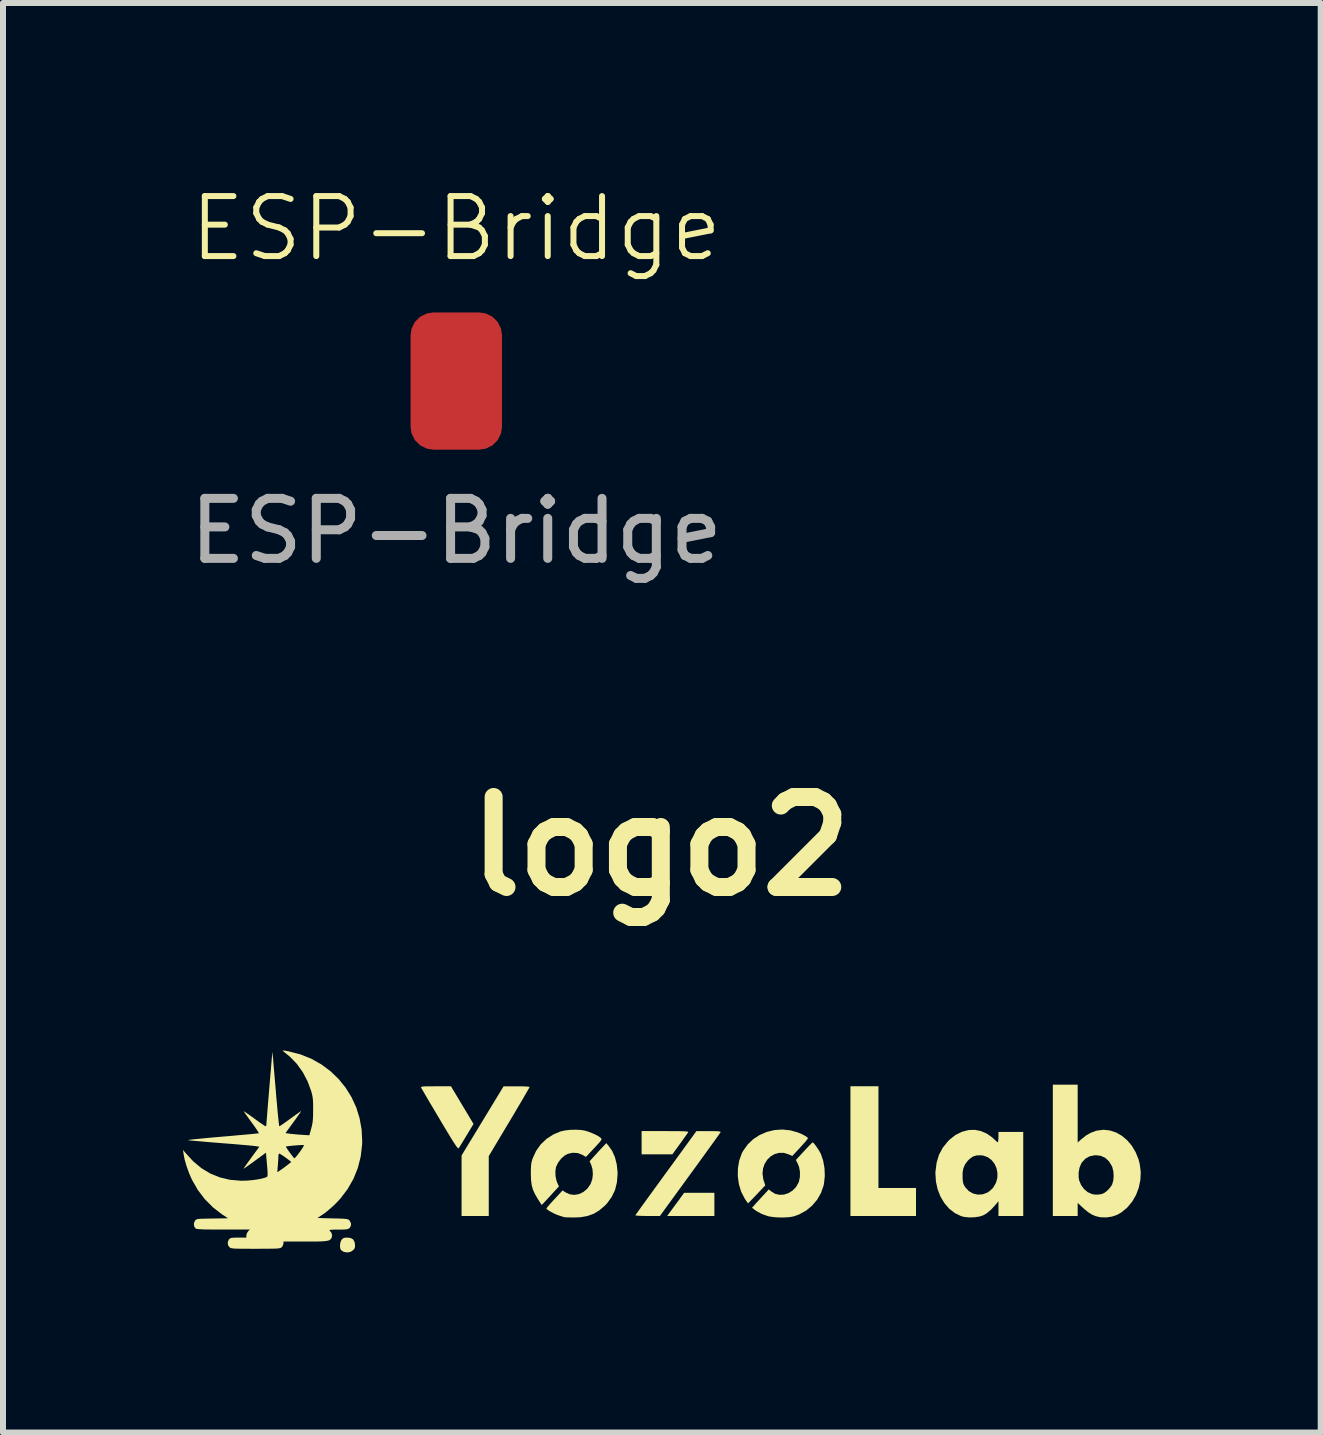
<source format=kicad_pcb>
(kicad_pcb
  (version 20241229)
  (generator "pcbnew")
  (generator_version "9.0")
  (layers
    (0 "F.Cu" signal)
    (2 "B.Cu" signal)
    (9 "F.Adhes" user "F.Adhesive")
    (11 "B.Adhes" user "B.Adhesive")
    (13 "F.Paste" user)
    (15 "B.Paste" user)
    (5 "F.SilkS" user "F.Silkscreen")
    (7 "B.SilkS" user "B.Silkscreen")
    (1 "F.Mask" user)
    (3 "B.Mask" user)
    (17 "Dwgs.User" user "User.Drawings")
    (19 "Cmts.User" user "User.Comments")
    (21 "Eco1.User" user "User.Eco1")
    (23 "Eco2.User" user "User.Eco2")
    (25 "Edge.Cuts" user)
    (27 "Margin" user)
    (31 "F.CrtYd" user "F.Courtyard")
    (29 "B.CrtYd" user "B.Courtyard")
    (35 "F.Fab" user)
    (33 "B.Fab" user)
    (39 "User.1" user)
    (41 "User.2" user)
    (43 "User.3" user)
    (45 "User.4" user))
  (footprint "ESP-Bridge"
    (layer "F.Cu")
    (at 4.554 3.3)
    (property "Reference" "ESP-Bridge" (at 0 -2.54 0) (unlocked yes) (layer "F.SilkS") (effects (font (size 1 1) (thickness 0.1))))
    (attr smd)
    (fp_text user "${REFERENCE}" (at 0 2.5 0) (unlocked yes) (layer "F.Fab") (effects (font (size 1 1) (thickness 0.15))))
    (pad "1" smd roundrect (at 0 0 90) (size 2.286 1.524) (layers "F.Cu" "F.Mask" "F.Paste") (roundrect_rratio 0.25)))
  (footprint "logo2"
    (layer "F.Cu")
    (at 7.962 16.133)
    (property "Reference" "logo2" (at 0 -5.08 0) (layer "F.SilkS") (effects (font (size 1.5 1.5) (thickness 0.3))))
    (attr board_only exclude_from_pos_files exclude_from_bom)
    (fp_poly (pts (xy 0.893 0.887) (xy 0.893 1.081) (xy 0.499 1.081) (xy 0.106 1.081) (xy 0.177 0.984) (xy 0.221 0.924) (xy 0.271 0.856) (xy 0.316 0.795) (xy 0.319 0.79) (xy 0.389 0.694) (xy 0.641 0.694) (xy 0.893 0.694)) (stroke (width 0) (type solid)) (fill yes) (layer "F.SilkS"))
    (fp_poly (pts (xy 3.627 -0.233) (xy 3.627 0.614) (xy 3.94 0.614) (xy 4.253 0.614) (xy 4.253 0.847) (xy 4.253 1.081) (xy 3.707 1.081) (xy 3.16 1.081) (xy 3.16 0) (xy 3.16 -1.081) (xy 3.393 -1.081) (xy 3.627 -1.081)) (stroke (width 0) (type solid)) (fill yes) (layer "F.SilkS"))
    (fp_poly (pts (xy 0.189 -0.333) (xy 0.279 -0.333) (xy 0.348 -0.332) (xy 0.398 -0.33) (xy 0.431 -0.327) (xy 0.45 -0.324) (xy 0.458 -0.319) (xy 0.457 -0.315) (xy 0.446 -0.299) (xy 0.422 -0.265) (xy 0.388 -0.217) (xy 0.348 -0.161) (xy 0.32 -0.122) (xy 0.193 0.053) (xy -0.063 0.053) (xy -0.32 0.053) (xy -0.32 -0.14) (xy -0.32 -0.334) (xy 0.074 -0.334)) (stroke (width 0) (type solid)) (fill yes) (layer "F.SilkS"))
    (fp_poly (pts (xy -5.167 1.448) (xy -5.127 1.471) (xy -5.104 1.512) (xy -5.097 1.549) (xy -5.095 1.592) (xy -5.104 1.622) (xy -5.122 1.646) (xy -5.166 1.677) (xy -5.221 1.689) (xy -5.279 1.68) (xy -5.288 1.676) (xy -5.319 1.657) (xy -5.338 1.636) (xy -5.338 1.635) (xy -5.347 1.585) (xy -5.342 1.53) (xy -5.324 1.484) (xy -5.319 1.476) (xy -5.296 1.454) (xy -5.268 1.443) (xy -5.227 1.441)) (stroke (width 0) (type solid)) (fill yes) (layer "F.SilkS"))
    (fp_poly (pts (xy -2.328 -1.08) (xy -2.264 -1.078) (xy -2.218 -1.075) (xy -2.191 -1.071) (xy -2.187 -1.068) (xy -2.193 -1.055) (xy -2.212 -1.021) (xy -2.243 -0.968) (xy -2.283 -0.899) (xy -2.331 -0.816) (xy -2.387 -0.722) (xy -2.448 -0.618) (xy -2.514 -0.507) (xy -2.527 -0.486) (xy -2.867 0.083) (xy -2.867 0.582) (xy -2.867 1.081) (xy -3.093 1.081) (xy -3.32 1.081) (xy -3.32 0.576) (xy -3.32 0.072) (xy -2.97 -0.504) (xy -2.62 -1.08) (xy -2.403 -1.08)) (stroke (width 0) (type solid)) (fill yes) (layer "F.SilkS"))
    (fp_poly (pts (xy -3.309 -0.767) (xy -3.121 -0.453) (xy -3.236 -0.263) (xy -3.275 -0.198) (xy -3.311 -0.139) (xy -3.34 -0.092) (xy -3.36 -0.06) (xy -3.367 -0.05) (xy -3.372 -0.046) (xy -3.38 -0.049) (xy -3.392 -0.062) (xy -3.41 -0.084) (xy -3.433 -0.119) (xy -3.465 -0.168) (xy -3.505 -0.232) (xy -3.555 -0.315) (xy -3.616 -0.416) (xy -3.685 -0.532) (xy -3.748 -0.638) (xy -3.807 -0.738) (xy -3.861 -0.828) (xy -3.907 -0.907) (xy -3.945 -0.973) (xy -3.973 -1.021) (xy -3.99 -1.051) (xy -3.995 -1.06) (xy -3.995 -1.067) (xy -3.987 -1.072) (xy -3.968 -1.076) (xy -3.934 -1.079) (xy -3.882 -1.08) (xy -3.809 -1.08) (xy -3.75 -1.081) (xy -3.497 -1.081)) (stroke (width 0) (type solid)) (fill yes) (layer "F.SilkS"))
    (fp_poly (pts (xy 0.878 -0.333) (xy 0.935 -0.332) (xy 0.971 -0.329) (xy 0.991 -0.324) (xy 0.997 -0.318) (xy 0.996 -0.316) (xy 0.987 -0.302) (xy 0.964 -0.269) (xy 0.928 -0.218) (xy 0.88 -0.151) (xy 0.821 -0.07) (xy 0.754 0.023) (xy 0.679 0.127) (xy 0.598 0.239) (xy 0.511 0.358) (xy 0.487 0.391) (xy -0.015 1.081) (xy -0.222 1.081) (xy -0.292 1.08) (xy -0.352 1.078) (xy -0.396 1.075) (xy -0.421 1.072) (xy -0.424 1.07) (xy -0.416 1.058) (xy -0.393 1.025) (xy -0.357 0.975) (xy -0.31 0.909) (xy -0.252 0.829) (xy -0.185 0.736) (xy -0.11 0.633) (xy -0.028 0.521) (xy 0.058 0.402) (xy 0.087 0.363) (xy 0.593 -0.333) (xy 0.798 -0.333)) (stroke (width 0) (type solid)) (fill yes) (layer "F.SilkS"))
    (fp_poly (pts (xy 2.156 -0.347) (xy 2.285 -0.311) (xy 2.34 -0.288) (xy 2.383 -0.266) (xy 2.419 -0.246) (xy 2.432 -0.237) (xy 2.449 -0.222) (xy 2.449 -0.208) (xy 2.433 -0.185) (xy 2.432 -0.184) (xy 2.413 -0.161) (xy 2.38 -0.124) (xy 2.339 -0.079) (xy 2.299 -0.035) (xy 2.191 0.081) (xy 2.132 0.054) (xy 2.05 0.029) (xy 1.971 0.029) (xy 1.897 0.049) (xy 1.83 0.088) (xy 1.774 0.143) (xy 1.731 0.211) (xy 1.704 0.288) (xy 1.695 0.374) (xy 1.707 0.464) (xy 1.716 0.495) (xy 1.741 0.57) (xy 1.601 0.719) (xy 1.552 0.771) (xy 1.509 0.814) (xy 1.477 0.847) (xy 1.457 0.865) (xy 1.453 0.868) (xy 1.443 0.857) (xy 1.424 0.829) (xy 1.398 0.791) (xy 1.398 0.79) (xy 1.339 0.676) (xy 1.301 0.55) (xy 1.283 0.418) (xy 1.285 0.285) (xy 1.307 0.156) (xy 1.35 0.037) (xy 1.372 -0.004) (xy 1.447 -0.11) (xy 1.54 -0.199) (xy 1.648 -0.269) (xy 1.766 -0.32) (xy 1.893 -0.351) (xy 2.024 -0.36)) (stroke (width 0) (type solid)) (fill yes) (layer "F.SilkS"))
    (fp_poly (pts (xy 2.545 -0.136) (xy 2.568 -0.109) (xy 2.596 -0.07) (xy 2.625 -0.028) (xy 2.65 0.014) (xy 2.668 0.048) (xy 2.706 0.16) (xy 2.728 0.285) (xy 2.733 0.415) (xy 2.719 0.541) (xy 2.713 0.572) (xy 2.67 0.696) (xy 2.605 0.81) (xy 2.521 0.909) (xy 2.42 0.992) (xy 2.305 1.055) (xy 2.212 1.088) (xy 2.145 1.1) (xy 2.062 1.105) (xy 1.972 1.106) (xy 1.885 1.1) (xy 1.809 1.089) (xy 1.78 1.082) (xy 1.683 1.047) (xy 1.601 1.003) (xy 1.563 0.977) (xy 1.52 0.944) (xy 1.569 0.889) (xy 1.6 0.854) (xy 1.643 0.808) (xy 1.689 0.757) (xy 1.709 0.736) (xy 1.8 0.638) (xy 1.841 0.672) (xy 1.906 0.712) (xy 1.979 0.728) (xy 2.054 0.724) (xy 2.128 0.7) (xy 2.195 0.658) (xy 2.253 0.599) (xy 2.295 0.525) (xy 2.302 0.508) (xy 2.318 0.431) (xy 2.319 0.345) (xy 2.304 0.263) (xy 2.285 0.216) (xy 2.251 0.147) (xy 2.387 -0.000025) (xy 2.435 -0.051) (xy 2.477 -0.095) (xy 2.509 -0.127) (xy 2.528 -0.144) (xy 2.532 -0.147)) (stroke (width 0) (type solid)) (fill yes) (layer "F.SilkS"))
    (fp_poly (pts (xy -0.87 -0.088) (xy -0.81 -0.002) (xy -0.764 0.102) (xy -0.734 0.221) (xy -0.721 0.347) (xy -0.72 0.378) (xy -0.731 0.52) (xy -0.763 0.649) (xy -0.819 0.765) (xy -0.897 0.872) (xy -0.932 0.908) (xy -1.023 0.986) (xy -1.118 1.044) (xy -1.222 1.081) (xy -1.34 1.102) (xy -1.453 1.106) (xy -1.513 1.105) (xy -1.562 1.104) (xy -1.596 1.102) (xy -1.607 1.101) (xy -1.626 1.095) (xy -1.662 1.084) (xy -1.693 1.074) (xy -1.738 1.058) (xy -1.788 1.035) (xy -1.835 1.01) (xy -1.875 0.986) (xy -1.9 0.966) (xy -1.907 0.957) (xy -1.898 0.943) (xy -1.874 0.914) (xy -1.839 0.873) (xy -1.794 0.824) (xy -1.772 0.8) (xy -1.637 0.655) (xy -1.589 0.687) (xy -1.516 0.72) (xy -1.439 0.729) (xy -1.363 0.716) (xy -1.29 0.681) (xy -1.226 0.627) (xy -1.174 0.554) (xy -1.171 0.549) (xy -1.142 0.469) (xy -1.132 0.381) (xy -1.14 0.293) (xy -1.16 0.228) (xy -1.187 0.17) (xy -1.138 0.115) (xy -1.106 0.08) (xy -1.064 0.034) (xy -1.018 -0.017) (xy -0.999 -0.037) (xy -0.909 -0.133)) (stroke (width 0) (type solid)) (fill yes) (layer "F.SilkS"))
    (fp_poly (pts (xy -1.324 -0.352) (xy -1.267 -0.342) (xy -1.204 -0.323) (xy -1.138 -0.297) (xy -1.077 -0.269) (xy -1.028 -0.241) (xy -0.997 -0.217) (xy -0.997 -0.217) (xy -0.989 -0.207) (xy -0.989 -0.195) (xy -0.997 -0.178) (xy -1.016 -0.153) (xy -1.049 -0.116) (xy -1.097 -0.063) (xy -1.111 -0.049) (xy -1.247 0.096) (xy -1.311 0.06) (xy -1.385 0.032) (xy -1.466 0.027) (xy -1.545 0.044) (xy -1.599 0.071) (xy -1.66 0.124) (xy -1.711 0.19) (xy -1.745 0.262) (xy -1.748 0.272) (xy -1.757 0.34) (xy -1.754 0.417) (xy -1.739 0.491) (xy -1.723 0.534) (xy -1.697 0.587) (xy -1.81 0.71) (xy -1.856 0.761) (xy -1.899 0.807) (xy -1.933 0.844) (xy -1.954 0.866) (xy -1.985 0.898) (xy -2.045 0.805) (xy -2.094 0.722) (xy -2.129 0.647) (xy -2.151 0.57) (xy -2.162 0.485) (xy -2.166 0.382) (xy -2.166 0.374) (xy -2.165 0.296) (xy -2.162 0.239) (xy -2.156 0.192) (xy -2.145 0.151) (xy -2.135 0.12) (xy -2.078 -0.004) (xy -2 -0.114) (xy -1.902 -0.206) (xy -1.788 -0.279) (xy -1.671 -0.328) (xy -1.595 -0.345) (xy -1.505 -0.355) (xy -1.412 -0.357)) (stroke (width 0) (type solid)) (fill yes) (layer "F.SilkS"))
    (fp_poly (pts (xy 6.947 -0.626) (xy 6.947 -0.144) (xy 7.01 -0.2) (xy 7.089 -0.263) (xy 7.166 -0.306) (xy 7.25 -0.337) (xy 7.273 -0.343) (xy 7.38 -0.356) (xy 7.486 -0.344) (xy 7.588 -0.31) (xy 7.684 -0.255) (xy 7.772 -0.181) (xy 7.849 -0.09) (xy 7.913 0.017) (xy 7.961 0.136) (xy 7.981 0.214) (xy 7.998 0.347) (xy 7.992 0.48) (xy 7.965 0.609) (xy 7.919 0.731) (xy 7.855 0.842) (xy 7.774 0.939) (xy 7.68 1.018) (xy 7.604 1.062) (xy 7.518 1.091) (xy 7.423 1.105) (xy 7.327 1.102) (xy 7.244 1.083) (xy 7.188 1.059) (xy 7.132 1.025) (xy 7.07 0.976) (xy 7.01 0.922) (xy 6.947 0.863) (xy 6.947 0.972) (xy 6.947 1.081) (xy 6.74 1.081) (xy 6.533 1.081) (xy 6.533 0.438) (xy 6.963 0.438) (xy 6.972 0.488) (xy 7.004 0.565) (xy 7.053 0.632) (xy 7.115 0.684) (xy 7.184 0.715) (xy 7.201 0.719) (xy 7.243 0.725) (xy 7.28 0.725) (xy 7.324 0.719) (xy 7.354 0.713) (xy 7.391 0.696) (xy 7.435 0.663) (xy 7.477 0.62) (xy 7.511 0.574) (xy 7.522 0.554) (xy 7.54 0.49) (xy 7.547 0.414) (xy 7.541 0.335) (xy 7.524 0.266) (xy 7.519 0.253) (xy 7.47 0.172) (xy 7.409 0.114) (xy 7.335 0.079) (xy 7.25 0.068) (xy 7.233 0.069) (xy 7.147 0.086) (xy 7.077 0.124) (xy 7.02 0.185) (xy 7.006 0.207) (xy 6.978 0.275) (xy 6.963 0.356) (xy 6.963 0.438) (xy 6.533 0.438) (xy 6.533 -0.013) (xy 6.533 -1.107) (xy 6.74 -1.107) (xy 6.947 -1.107)) (stroke (width 0) (type solid)) (fill yes) (layer "F.SilkS"))
    (fp_poly (pts (xy 5.333 -0.335) (xy 5.433 -0.292) (xy 5.524 -0.228) (xy 5.559 -0.194) (xy 5.588 -0.167) (xy 5.61 -0.15) (xy 5.616 -0.147) (xy 5.621 -0.159) (xy 5.625 -0.191) (xy 5.627 -0.233) (xy 5.627 -0.32) (xy 5.833 -0.32) (xy 6.04 -0.32) (xy 6.04 0.38) (xy 6.04 1.081) (xy 5.833 1.081) (xy 5.627 1.081) (xy 5.627 0.957) (xy 5.627 0.834) (xy 5.584 0.887) (xy 5.506 0.973) (xy 5.428 1.038) (xy 5.375 1.069) (xy 5.311 1.09) (xy 5.231 1.102) (xy 5.145 1.105) (xy 5.064 1.098) (xy 5.004 1.083) (xy 4.899 1.032) (xy 4.806 0.959) (xy 4.726 0.867) (xy 4.662 0.76) (xy 4.614 0.639) (xy 4.585 0.509) (xy 4.581 0.445) (xy 5.029 0.445) (xy 5.033 0.502) (xy 5.042 0.543) (xy 5.057 0.576) (xy 5.074 0.602) (xy 5.133 0.666) (xy 5.205 0.707) (xy 5.284 0.725) (xy 5.367 0.719) (xy 5.446 0.689) (xy 5.486 0.66) (xy 5.527 0.622) (xy 5.542 0.603) (xy 5.586 0.527) (xy 5.608 0.446) (xy 5.61 0.364) (xy 5.594 0.284) (xy 5.562 0.212) (xy 5.513 0.15) (xy 5.451 0.103) (xy 5.377 0.075) (xy 5.342 0.07) (xy 5.265 0.071) (xy 5.202 0.09) (xy 5.145 0.131) (xy 5.116 0.16) (xy 5.07 0.221) (xy 5.042 0.286) (xy 5.029 0.361) (xy 5.029 0.445) (xy 4.581 0.445) (xy 4.576 0.371) (xy 4.578 0.334) (xy 4.597 0.189) (xy 4.636 0.06) (xy 4.699 -0.057) (xy 4.784 -0.163) (xy 4.812 -0.191) (xy 4.91 -0.269) (xy 5.017 -0.322) (xy 5.128 -0.351) (xy 5.23 -0.355)) (stroke (width 0) (type solid)) (fill yes) (layer "F.SilkS"))
    (fp_poly (pts (xy -6.288 -1.677) (xy -6.254 -1.672) (xy -6.208 -1.664) (xy -6.198 -1.662) (xy -6.005 -1.612) (xy -5.825 -1.54) (xy -5.658 -1.446) (xy -5.507 -1.334) (xy -5.371 -1.204) (xy -5.253 -1.058) (xy -5.154 -0.899) (xy -5.075 -0.728) (xy -5.019 -0.546) (xy -4.985 -0.355) (xy -4.976 -0.158) (xy -4.978 -0.107) (xy -5.001 0.091) (xy -5.049 0.281) (xy -5.122 0.462) (xy -5.219 0.632) (xy -5.339 0.79) (xy -5.418 0.874) (xy -5.475 0.928) (xy -5.535 0.98) (xy -5.591 1.026) (xy -5.631 1.054) (xy -5.722 1.114) (xy -5.466 1.121) (xy -5.378 1.123) (xy -5.312 1.125) (xy -5.265 1.128) (xy -5.233 1.132) (xy -5.213 1.137) (xy -5.199 1.145) (xy -5.189 1.154) (xy -5.185 1.159) (xy -5.163 1.203) (xy -5.165 1.248) (xy -5.187 1.281) (xy -5.201 1.292) (xy -5.219 1.3) (xy -5.248 1.304) (xy -5.291 1.307) (xy -5.354 1.308) (xy -5.377 1.308) (xy -5.445 1.308) (xy -5.49 1.31) (xy -5.515 1.313) (xy -5.523 1.318) (xy -5.518 1.325) (xy -5.517 1.326) (xy -5.488 1.362) (xy -5.477 1.406) (xy -5.485 1.442) (xy -5.495 1.46) (xy -5.509 1.475) (xy -5.528 1.486) (xy -5.556 1.494) (xy -5.596 1.5) (xy -5.651 1.504) (xy -5.723 1.506) (xy -5.816 1.507) (xy -5.927 1.507) (xy -6.287 1.507) (xy -6.289 1.544) (xy -6.301 1.579) (xy -6.32 1.604) (xy -6.331 1.611) (xy -6.345 1.616) (xy -6.366 1.62) (xy -6.397 1.623) (xy -6.441 1.625) (xy -6.501 1.626) (xy -6.58 1.627) (xy -6.681 1.627) (xy -6.753 1.628) (xy -6.868 1.627) (xy -6.96 1.627) (xy -7.031 1.626) (xy -7.084 1.625) (xy -7.122 1.622) (xy -7.149 1.619) (xy -7.167 1.614) (xy -7.18 1.608) (xy -7.187 1.603) (xy -7.212 1.568) (xy -7.217 1.524) (xy -7.203 1.481) (xy -7.193 1.468) (xy -7.179 1.455) (xy -7.159 1.447) (xy -7.128 1.443) (xy -7.079 1.441) (xy -7.038 1.441) (xy -6.907 1.441) (xy -6.907 1.405) (xy -6.898 1.369) (xy -6.878 1.338) (xy -6.849 1.307) (xy -7.288 1.307) (xy -7.418 1.307) (xy -7.522 1.306) (xy -7.605 1.305) (xy -7.666 1.302) (xy -7.71 1.299) (xy -7.737 1.295) (xy -7.751 1.291) (xy -7.775 1.257) (xy -7.782 1.214) (xy -7.77 1.172) (xy -7.762 1.16) (xy -7.753 1.149) (xy -7.741 1.14) (xy -7.725 1.134) (xy -7.7 1.13) (xy -7.662 1.127) (xy -7.607 1.126) (xy -7.532 1.124) (xy -7.474 1.123) (xy -7.212 1.119) (xy -7.31 1.055) (xy -7.461 0.939) (xy -7.597 0.803) (xy -7.715 0.648) (xy -7.813 0.477) (xy -7.813 0.477) (xy -7.862 0.365) (xy -7.904 0.248) (xy -7.936 0.136) (xy -7.953 0.046) (xy -7.962 -0.02) (xy -7.918 0.033) (xy -7.791 0.171) (xy -7.654 0.285) (xy -7.506 0.374) (xy -7.347 0.438) (xy -7.179 0.478) (xy -6.999 0.493) (xy -6.975 0.493) (xy -6.891 0.491) (xy -6.805 0.483) (xy -6.723 0.472) (xy -6.65 0.458) (xy -6.593 0.442) (xy -6.563 0.429) (xy -6.556 0.42) (xy -6.553 0.401) (xy -6.553 0.368) (xy -6.553 0.35) (xy -6.391 0.35) (xy -6.352 0.326) (xy -6.321 0.305) (xy -6.279 0.275) (xy -6.237 0.243) (xy -6.199 0.214) (xy -6.172 0.192) (xy -6.16 0.181) (xy -6.16 0.181) (xy -6.17 0.17) (xy -6.197 0.149) (xy -6.233 0.122) (xy -6.273 0.093) (xy -6.312 0.067) (xy -6.342 0.048) (xy -6.358 0.04) (xy -6.358 0.04) (xy -6.369 0.052) (xy -6.373 0.08) (xy -6.373 0.083) (xy -6.374 0.117) (xy -6.377 0.168) (xy -6.381 0.226) (xy -6.382 0.238) (xy -6.391 0.35) (xy -6.553 0.35) (xy -6.555 0.317) (xy -6.561 0.244) (xy -6.563 0.222) (xy -6.58 0.026) (xy -6.763 0.16) (xy -6.824 0.204) (xy -6.877 0.242) (xy -6.918 0.271) (xy -6.945 0.289) (xy -6.953 0.293) (xy -6.947 0.283) (xy -6.929 0.255) (xy -6.899 0.213) (xy -6.86 0.159) (xy -6.825 0.11) (xy -6.69 -0.073) (xy -6.707 -0.076) (xy -6.248 -0.076) (xy -6.243 -0.064) (xy -6.226 -0.037) (xy -6.201 -0.001) (xy -6.172 0.039) (xy -6.144 0.076) (xy -6.121 0.105) (xy -6.107 0.119) (xy -6.105 0.12) (xy -6.093 0.11) (xy -6.071 0.085) (xy -6.043 0.05) (xy -5.995 -0.016) (xy -5.963 -0.063) (xy -5.949 -0.092) (xy -5.95 -0.101) (xy -5.964 -0.102) (xy -5.999 -0.101) (xy -6.047 -0.098) (xy -6.101 -0.094) (xy -6.155 -0.089) (xy -6.202 -0.084) (xy -6.235 -0.08) (xy -6.248 -0.076) (xy -6.707 -0.076) (xy -6.742 -0.082) (xy -6.766 -0.085) (xy -6.814 -0.09) (xy -6.882 -0.097) (xy -6.967 -0.104) (xy -7.066 -0.113) (xy -7.176 -0.122) (xy -7.293 -0.131) (xy -7.327 -0.134) (xy -7.444 -0.143) (xy -7.553 -0.152) (xy -7.651 -0.161) (xy -7.736 -0.168) (xy -7.804 -0.174) (xy -7.852 -0.179) (xy -7.877 -0.183) (xy -7.88 -0.183) (xy -7.871 -0.186) (xy -7.839 -0.191) (xy -7.784 -0.197) (xy -7.711 -0.204) (xy -7.622 -0.213) (xy -7.518 -0.223) (xy -7.403 -0.233) (xy -7.301 -0.242) (xy -7.178 -0.252) (xy -7.063 -0.263) (xy -6.959 -0.272) (xy -6.868 -0.28) (xy -6.794 -0.287) (xy -6.739 -0.293) (xy -6.706 -0.297) (xy -6.697 -0.298) (xy -6.703 -0.31) (xy -6.722 -0.34) (xy -6.751 -0.384) (xy -6.789 -0.438) (xy -6.817 -0.476) (xy -6.86 -0.535) (xy -6.898 -0.588) (xy -6.928 -0.63) (xy -6.947 -0.657) (xy -6.952 -0.664) (xy -6.945 -0.662) (xy -6.92 -0.646) (xy -6.88 -0.619) (xy -6.829 -0.583) (xy -6.78 -0.547) (xy -6.719 -0.503) (xy -6.665 -0.465) (xy -6.622 -0.436) (xy -6.594 -0.418) (xy -6.585 -0.414) (xy -6.574 -0.424) (xy -6.574 -0.43) (xy -6.573 -0.448) (xy -6.57 -0.489) (xy -6.565 -0.549) (xy -6.559 -0.625) (xy -6.552 -0.714) (xy -6.544 -0.814) (xy -6.535 -0.92) (xy -6.526 -1.029) (xy -6.517 -1.139) (xy -6.508 -1.246) (xy -6.499 -1.347) (xy -6.492 -1.438) (xy -6.485 -1.517) (xy -6.479 -1.581) (xy -6.475 -1.626) (xy -6.472 -1.648) (xy -6.472 -1.651) (xy -6.47 -1.637) (xy -6.467 -1.6) (xy -6.461 -1.541) (xy -6.455 -1.463) (xy -6.447 -1.37) (xy -6.438 -1.263) (xy -6.428 -1.145) (xy -6.418 -1.031) (xy -6.408 -0.905) (xy -6.397 -0.789) (xy -6.388 -0.683) (xy -6.379 -0.591) (xy -6.371 -0.516) (xy -6.365 -0.459) (xy -6.36 -0.424) (xy -6.357 -0.414) (xy -6.344 -0.421) (xy -6.312 -0.442) (xy -6.267 -0.473) (xy -6.213 -0.512) (xy -6.174 -0.54) (xy -6.115 -0.583) (xy -6.064 -0.62) (xy -6.024 -0.647) (xy -6 -0.664) (xy -5.994 -0.667) (xy -5.999 -0.657) (xy -6.018 -0.629) (xy -6.048 -0.586) (xy -6.086 -0.532) (xy -6.121 -0.484) (xy -6.255 -0.3) (xy -6.196 -0.292) (xy -6.158 -0.287) (xy -6.102 -0.282) (xy -6.037 -0.276) (xy -5.998 -0.273) (xy -5.857 -0.264) (xy -5.826 -0.375) (xy -5.813 -0.426) (xy -5.804 -0.473) (xy -5.798 -0.525) (xy -5.795 -0.587) (xy -5.794 -0.668) (xy -5.794 -0.687) (xy -5.794 -0.772) (xy -5.796 -0.836) (xy -5.801 -0.888) (xy -5.809 -0.934) (xy -5.82 -0.979) (xy -5.823 -0.991) (xy -5.885 -1.16) (xy -5.966 -1.315) (xy -6.065 -1.454) (xy -6.181 -1.574) (xy -6.24 -1.622) (xy -6.274 -1.649) (xy -6.296 -1.669) (xy -6.302 -1.677)) (stroke (width 0) (type solid)) (fill yes) (layer "F.SilkS")))
  (gr_rect
    (start -3 -3)
    (end 18.959 20.822)
    (stroke (width 0.1) (type default))
    (fill no)
    (layer "Edge.Cuts")))
</source>
